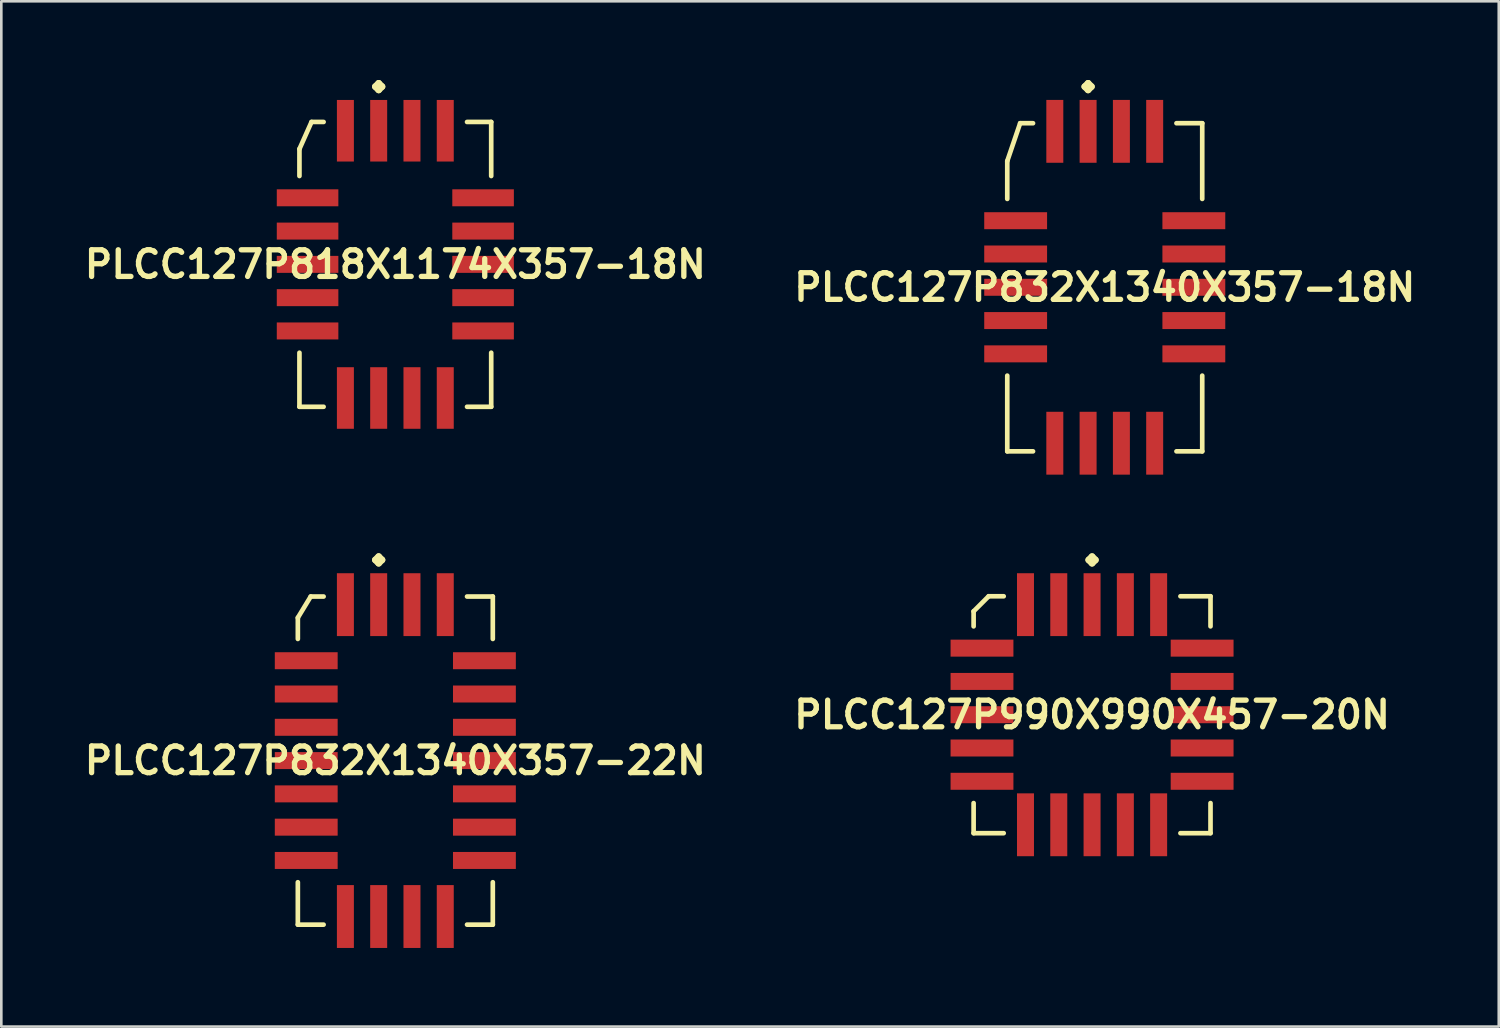
<source format=kicad_pcb>
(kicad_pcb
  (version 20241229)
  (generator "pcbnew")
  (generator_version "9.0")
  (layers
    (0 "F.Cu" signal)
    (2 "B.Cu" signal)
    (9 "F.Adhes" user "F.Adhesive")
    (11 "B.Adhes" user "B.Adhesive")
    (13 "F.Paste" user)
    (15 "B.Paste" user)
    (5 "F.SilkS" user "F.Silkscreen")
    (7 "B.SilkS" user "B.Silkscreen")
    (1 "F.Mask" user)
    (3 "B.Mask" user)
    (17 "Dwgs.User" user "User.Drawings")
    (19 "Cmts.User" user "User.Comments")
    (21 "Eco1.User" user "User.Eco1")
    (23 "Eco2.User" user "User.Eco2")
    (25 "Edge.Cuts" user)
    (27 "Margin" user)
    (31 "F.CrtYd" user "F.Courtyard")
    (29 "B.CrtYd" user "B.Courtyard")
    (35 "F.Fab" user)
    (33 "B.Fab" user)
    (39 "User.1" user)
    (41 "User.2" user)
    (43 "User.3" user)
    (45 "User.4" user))
  (footprint "PLCC127P832X1340X357-18N"
    (layer "F.Cu")
    (at 39.097 7.91)
    (property "Reference" "PLCC127P832X1340X357-18N" (at 0 0 0) (layer "F.SilkS") (effects (font (size 1.016 1.016) (thickness 0.203))))
    (attr smd)
    (fp_line (start -3.719 -4.816) (end -3.228 -6.259) (stroke (width 0.178) (type solid)) (layer "F.SilkS"))
    (fp_line (start -3.719 -3.371) (end -3.719 -4.816) (stroke (width 0.178) (type solid)) (layer "F.SilkS"))
    (fp_line (start -3.719 3.371) (end -3.719 6.259) (stroke (width 0.178) (type solid)) (layer "F.SilkS"))
    (fp_line (start -3.719 6.259) (end -2.736 6.259) (stroke (width 0.178) (type solid)) (layer "F.SilkS"))
    (fp_line (start -3.228 -6.259) (end -2.736 -6.259) (stroke (width 0.178) (type solid)) (layer "F.SilkS"))
    (fp_line (start -0.762 -7.656) (end -0.635 -7.783) (stroke (width 0.254) (type solid)) (layer "F.SilkS"))
    (fp_line (start -0.635 -7.783) (end -0.508 -7.656) (stroke (width 0.254) (type solid)) (layer "F.SilkS"))
    (fp_line (start -0.635 -7.529) (end -0.762 -7.656) (stroke (width 0.254) (type solid)) (layer "F.SilkS"))
    (fp_line (start -0.508 -7.656) (end -0.635 -7.529) (stroke (width 0.254) (type solid)) (layer "F.SilkS"))
    (fp_line (start 3.719 -6.259) (end 2.736 -6.259) (stroke (width 0.178) (type solid)) (layer "F.SilkS"))
    (fp_line (start 3.719 -3.371) (end 3.719 -6.259) (stroke (width 0.178) (type solid)) (layer "F.SilkS"))
    (fp_line (start 3.719 3.371) (end 3.719 6.259) (stroke (width 0.178) (type solid)) (layer "F.SilkS"))
    (fp_line (start 3.719 6.259) (end 2.736 6.259) (stroke (width 0.178) (type solid)) (layer "F.SilkS"))
    (pad "1" smd rect (at -0.635 -5.949) (size 0.648 2.398) (layers "F.Cu" "F.Mask" "F.Paste"))
    (pad "2" smd rect (at -1.905 -5.949) (size 0.648 2.398) (layers "F.Cu" "F.Mask" "F.Paste"))
    (pad "3" smd rect (at -3.399 -2.54) (size 2.398 0.648) (layers "F.Cu" "F.Mask" "F.Paste"))
    (pad "4" smd rect (at -3.399 -1.27) (size 2.398 0.648) (layers "F.Cu" "F.Mask" "F.Paste"))
    (pad "5" smd rect (at -3.399 0) (size 2.398 0.648) (layers "F.Cu" "F.Mask" "F.Paste"))
    (pad "6" smd rect (at -3.399 1.27) (size 2.398 0.648) (layers "F.Cu" "F.Mask" "F.Paste"))
    (pad "7" smd rect (at -3.399 2.54) (size 2.398 0.648) (layers "F.Cu" "F.Mask" "F.Paste"))
    (pad "8" smd rect (at -1.905 5.949) (size 0.648 2.398) (layers "F.Cu" "F.Mask" "F.Paste"))
    (pad "9" smd rect (at -0.635 5.949) (size 0.648 2.398) (layers "F.Cu" "F.Mask" "F.Paste"))
    (pad "10" smd rect (at 0.635 5.949) (size 0.648 2.398) (layers "F.Cu" "F.Mask" "F.Paste"))
    (pad "11" smd rect (at 1.905 5.949) (size 0.648 2.398) (layers "F.Cu" "F.Mask" "F.Paste"))
    (pad "12" smd rect (at 3.399 2.54) (size 2.398 0.648) (layers "F.Cu" "F.Mask" "F.Paste"))
    (pad "13" smd rect (at 3.399 1.27) (size 2.398 0.648) (layers "F.Cu" "F.Mask" "F.Paste"))
    (pad "14" smd rect (at 3.399 0) (size 2.398 0.648) (layers "F.Cu" "F.Mask" "F.Paste"))
    (pad "15" smd rect (at 3.399 -1.27) (size 2.398 0.648) (layers "F.Cu" "F.Mask" "F.Paste"))
    (pad "16" smd rect (at 3.399 -2.54) (size 2.398 0.648) (layers "F.Cu" "F.Mask" "F.Paste"))
    (pad "17" smd rect (at 1.905 -5.949) (size 0.648 2.398) (layers "F.Cu" "F.Mask" "F.Paste"))
    (pad "18" smd rect (at 0.635 -5.949) (size 0.648 2.398) (layers "F.Cu" "F.Mask" "F.Paste")))
  (footprint "PLCC127P990X990X457-20N"
    (layer "F.Cu")
    (at 38.613 24.217)
    (property "Reference" "PLCC127P990X990X457-20N" (at 0 0 0) (layer "F.SilkS") (effects (font (size 1.016 1.016) (thickness 0.203))))
    (attr smd)
    (fp_line (start -4.519 -3.945) (end -3.945 -4.519) (stroke (width 0.178) (type solid)) (layer "F.SilkS"))
    (fp_line (start -4.519 -3.371) (end -4.519 -3.945) (stroke (width 0.178) (type solid)) (layer "F.SilkS"))
    (fp_line (start -4.519 3.371) (end -4.519 4.519) (stroke (width 0.178) (type solid)) (layer "F.SilkS"))
    (fp_line (start -4.519 4.519) (end -3.371 4.519) (stroke (width 0.178) (type solid)) (layer "F.SilkS"))
    (fp_line (start -3.945 -4.519) (end -3.371 -4.519) (stroke (width 0.178) (type solid)) (layer "F.SilkS"))
    (fp_line (start -0.127 -5.905) (end 0 -6.032) (stroke (width 0.254) (type solid)) (layer "F.SilkS"))
    (fp_line (start 0 -6.032) (end 0.127 -5.905) (stroke (width 0.254) (type solid)) (layer "F.SilkS"))
    (fp_line (start 0 -5.779) (end -0.127 -5.905) (stroke (width 0.254) (type solid)) (layer "F.SilkS"))
    (fp_line (start 0.127 -5.905) (end 0 -5.779) (stroke (width 0.254) (type solid)) (layer "F.SilkS"))
    (fp_line (start 4.519 -4.519) (end 3.371 -4.519) (stroke (width 0.178) (type solid)) (layer "F.SilkS"))
    (fp_line (start 4.519 -3.371) (end 4.519 -4.519) (stroke (width 0.178) (type solid)) (layer "F.SilkS"))
    (fp_line (start 4.519 3.371) (end 4.519 4.519) (stroke (width 0.178) (type solid)) (layer "F.SilkS"))
    (fp_line (start 4.519 4.519) (end 3.371 4.519) (stroke (width 0.178) (type solid)) (layer "F.SilkS"))
    (pad "1" smd rect (at 0 -4.199) (size 0.648 2.398) (layers "F.Cu" "F.Mask" "F.Paste"))
    (pad "2" smd rect (at -1.27 -4.199) (size 0.648 2.398) (layers "F.Cu" "F.Mask" "F.Paste"))
    (pad "3" smd rect (at -2.54 -4.199) (size 0.648 2.398) (layers "F.Cu" "F.Mask" "F.Paste"))
    (pad "4" smd rect (at -4.199 -2.54) (size 2.398 0.648) (layers "F.Cu" "F.Mask" "F.Paste"))
    (pad "5" smd rect (at -4.199 -1.27) (size 2.398 0.648) (layers "F.Cu" "F.Mask" "F.Paste"))
    (pad "6" smd rect (at -4.199 0) (size 2.398 0.648) (layers "F.Cu" "F.Mask" "F.Paste"))
    (pad "7" smd rect (at -4.199 1.27) (size 2.398 0.648) (layers "F.Cu" "F.Mask" "F.Paste"))
    (pad "8" smd rect (at -4.199 2.54) (size 2.398 0.648) (layers "F.Cu" "F.Mask" "F.Paste"))
    (pad "9" smd rect (at -2.54 4.199) (size 0.648 2.398) (layers "F.Cu" "F.Mask" "F.Paste"))
    (pad "10" smd rect (at -1.27 4.199) (size 0.648 2.398) (layers "F.Cu" "F.Mask" "F.Paste"))
    (pad "11" smd rect (at 0 4.199) (size 0.648 2.398) (layers "F.Cu" "F.Mask" "F.Paste"))
    (pad "12" smd rect (at 1.27 4.199) (size 0.648 2.398) (layers "F.Cu" "F.Mask" "F.Paste"))
    (pad "13" smd rect (at 2.54 4.199) (size 0.648 2.398) (layers "F.Cu" "F.Mask" "F.Paste"))
    (pad "14" smd rect (at 4.199 2.54) (size 2.398 0.648) (layers "F.Cu" "F.Mask" "F.Paste"))
    (pad "15" smd rect (at 4.199 1.27) (size 2.398 0.648) (layers "F.Cu" "F.Mask" "F.Paste"))
    (pad "16" smd rect (at 4.199 0) (size 2.398 0.648) (layers "F.Cu" "F.Mask" "F.Paste"))
    (pad "17" smd rect (at 4.199 -1.27) (size 2.398 0.648) (layers "F.Cu" "F.Mask" "F.Paste"))
    (pad "18" smd rect (at 4.199 -2.54) (size 2.398 0.648) (layers "F.Cu" "F.Mask" "F.Paste"))
    (pad "19" smd rect (at 2.54 -4.199) (size 0.648 2.398) (layers "F.Cu" "F.Mask" "F.Paste"))
    (pad "20" smd rect (at 1.27 -4.199) (size 0.648 2.398) (layers "F.Cu" "F.Mask" "F.Paste")))
  (footprint "PLCC127P832X1340X357-22N"
    (layer "F.Cu")
    (at 12.032 25.967)
    (property "Reference" "PLCC127P832X1340X357-22N" (at 0 0 0) (layer "F.SilkS") (effects (font (size 1.016 1.016) (thickness 0.203))))
    (attr smd)
    (fp_line (start -3.719 -5.451) (end -3.228 -6.259) (stroke (width 0.178) (type solid)) (layer "F.SilkS"))
    (fp_line (start -3.719 -4.641) (end -3.719 -5.451) (stroke (width 0.178) (type solid)) (layer "F.SilkS"))
    (fp_line (start -3.719 4.641) (end -3.719 6.259) (stroke (width 0.178) (type solid)) (layer "F.SilkS"))
    (fp_line (start -3.719 6.259) (end -2.736 6.259) (stroke (width 0.178) (type solid)) (layer "F.SilkS"))
    (fp_line (start -3.228 -6.259) (end -2.736 -6.259) (stroke (width 0.178) (type solid)) (layer "F.SilkS"))
    (fp_line (start -0.762 -7.656) (end -0.635 -7.783) (stroke (width 0.254) (type solid)) (layer "F.SilkS"))
    (fp_line (start -0.635 -7.783) (end -0.508 -7.656) (stroke (width 0.254) (type solid)) (layer "F.SilkS"))
    (fp_line (start -0.635 -7.529) (end -0.762 -7.656) (stroke (width 0.254) (type solid)) (layer "F.SilkS"))
    (fp_line (start -0.508 -7.656) (end -0.635 -7.529) (stroke (width 0.254) (type solid)) (layer "F.SilkS"))
    (fp_line (start 3.719 -6.259) (end 2.736 -6.259) (stroke (width 0.178) (type solid)) (layer "F.SilkS"))
    (fp_line (start 3.719 -4.641) (end 3.719 -6.259) (stroke (width 0.178) (type solid)) (layer "F.SilkS"))
    (fp_line (start 3.719 4.641) (end 3.719 6.259) (stroke (width 0.178) (type solid)) (layer "F.SilkS"))
    (fp_line (start 3.719 6.259) (end 2.736 6.259) (stroke (width 0.178) (type solid)) (layer "F.SilkS"))
    (pad "1" smd rect (at -0.635 -5.949) (size 0.648 2.398) (layers "F.Cu" "F.Mask" "F.Paste"))
    (pad "2" smd rect (at -1.905 -5.949) (size 0.648 2.398) (layers "F.Cu" "F.Mask" "F.Paste"))
    (pad "3" smd rect (at -3.399 -3.81) (size 2.398 0.648) (layers "F.Cu" "F.Mask" "F.Paste"))
    (pad "4" smd rect (at -3.399 -2.54) (size 2.398 0.648) (layers "F.Cu" "F.Mask" "F.Paste"))
    (pad "5" smd rect (at -3.399 -1.27) (size 2.398 0.648) (layers "F.Cu" "F.Mask" "F.Paste"))
    (pad "6" smd rect (at -3.399 0) (size 2.398 0.648) (layers "F.Cu" "F.Mask" "F.Paste"))
    (pad "7" smd rect (at -3.399 1.27) (size 2.398 0.648) (layers "F.Cu" "F.Mask" "F.Paste"))
    (pad "8" smd rect (at -3.399 2.54) (size 2.398 0.648) (layers "F.Cu" "F.Mask" "F.Paste"))
    (pad "9" smd rect (at -3.399 3.81) (size 2.398 0.648) (layers "F.Cu" "F.Mask" "F.Paste"))
    (pad "10" smd rect (at -1.905 5.949) (size 0.648 2.398) (layers "F.Cu" "F.Mask" "F.Paste"))
    (pad "11" smd rect (at -0.635 5.949) (size 0.648 2.398) (layers "F.Cu" "F.Mask" "F.Paste"))
    (pad "12" smd rect (at 0.635 5.949) (size 0.648 2.398) (layers "F.Cu" "F.Mask" "F.Paste"))
    (pad "13" smd rect (at 1.905 5.949) (size 0.648 2.398) (layers "F.Cu" "F.Mask" "F.Paste"))
    (pad "14" smd rect (at 3.399 3.81) (size 2.398 0.648) (layers "F.Cu" "F.Mask" "F.Paste"))
    (pad "15" smd rect (at 3.399 2.54) (size 2.398 0.648) (layers "F.Cu" "F.Mask" "F.Paste"))
    (pad "16" smd rect (at 3.399 1.27) (size 2.398 0.648) (layers "F.Cu" "F.Mask" "F.Paste"))
    (pad "17" smd rect (at 3.399 0) (size 2.398 0.648) (layers "F.Cu" "F.Mask" "F.Paste"))
    (pad "18" smd rect (at 3.399 -1.27) (size 2.398 0.648) (layers "F.Cu" "F.Mask" "F.Paste"))
    (pad "19" smd rect (at 3.399 -2.54) (size 2.398 0.648) (layers "F.Cu" "F.Mask" "F.Paste"))
    (pad "20" smd rect (at 3.399 -3.81) (size 2.398 0.648) (layers "F.Cu" "F.Mask" "F.Paste"))
    (pad "21" smd rect (at 1.905 -5.949) (size 0.648 2.398) (layers "F.Cu" "F.Mask" "F.Paste"))
    (pad "22" smd rect (at 0.635 -5.949) (size 0.648 2.398) (layers "F.Cu" "F.Mask" "F.Paste")))
  (footprint "PLCC127P818X1174X357-18N"
    (layer "F.Cu")
    (at 12.032 7.036)
    (property "Reference" "PLCC127P818X1174X357-18N" (at 0 0 0) (layer "F.SilkS") (effects (font (size 1.016 1.016) (thickness 0.203))))
    (attr smd)
    (fp_line (start -3.658 -4.402) (end -3.198 -5.433) (stroke (width 0.178) (type solid)) (layer "F.SilkS"))
    (fp_line (start -3.658 -3.371) (end -3.658 -4.402) (stroke (width 0.178) (type solid)) (layer "F.SilkS"))
    (fp_line (start -3.658 3.371) (end -3.658 5.433) (stroke (width 0.178) (type solid)) (layer "F.SilkS"))
    (fp_line (start -3.658 5.433) (end -2.736 5.433) (stroke (width 0.178) (type solid)) (layer "F.SilkS"))
    (fp_line (start -3.198 -5.433) (end -2.736 -5.433) (stroke (width 0.178) (type solid)) (layer "F.SilkS"))
    (fp_line (start -0.762 -6.782) (end -0.635 -6.909) (stroke (width 0.254) (type solid)) (layer "F.SilkS"))
    (fp_line (start -0.635 -6.909) (end -0.508 -6.782) (stroke (width 0.254) (type solid)) (layer "F.SilkS"))
    (fp_line (start -0.635 -6.655) (end -0.762 -6.782) (stroke (width 0.254) (type solid)) (layer "F.SilkS"))
    (fp_line (start -0.508 -6.782) (end -0.635 -6.655) (stroke (width 0.254) (type solid)) (layer "F.SilkS"))
    (fp_line (start 3.658 -5.433) (end 2.736 -5.433) (stroke (width 0.178) (type solid)) (layer "F.SilkS"))
    (fp_line (start 3.658 -3.371) (end 3.658 -5.433) (stroke (width 0.178) (type solid)) (layer "F.SilkS"))
    (fp_line (start 3.658 3.371) (end 3.658 5.433) (stroke (width 0.178) (type solid)) (layer "F.SilkS"))
    (fp_line (start 3.658 5.433) (end 2.736 5.433) (stroke (width 0.178) (type solid)) (layer "F.SilkS"))
    (pad "1" smd rect (at -0.635 -5.098) (size 0.648 2.349) (layers "F.Cu" "F.Mask" "F.Paste"))
    (pad "2" smd rect (at -1.905 -5.098) (size 0.648 2.349) (layers "F.Cu" "F.Mask" "F.Paste"))
    (pad "3" smd rect (at -3.348 -2.54) (size 2.349 0.648) (layers "F.Cu" "F.Mask" "F.Paste"))
    (pad "4" smd rect (at -3.348 -1.27) (size 2.349 0.648) (layers "F.Cu" "F.Mask" "F.Paste"))
    (pad "5" smd rect (at -3.348 0) (size 2.349 0.648) (layers "F.Cu" "F.Mask" "F.Paste"))
    (pad "6" smd rect (at -3.348 1.27) (size 2.349 0.648) (layers "F.Cu" "F.Mask" "F.Paste"))
    (pad "7" smd rect (at -3.348 2.54) (size 2.349 0.648) (layers "F.Cu" "F.Mask" "F.Paste"))
    (pad "8" smd rect (at -1.905 5.098) (size 0.648 2.349) (layers "F.Cu" "F.Mask" "F.Paste"))
    (pad "9" smd rect (at -0.635 5.098) (size 0.648 2.349) (layers "F.Cu" "F.Mask" "F.Paste"))
    (pad "10" smd rect (at 0.635 5.098) (size 0.648 2.349) (layers "F.Cu" "F.Mask" "F.Paste"))
    (pad "11" smd rect (at 1.905 5.098) (size 0.648 2.349) (layers "F.Cu" "F.Mask" "F.Paste"))
    (pad "12" smd rect (at 3.348 2.54) (size 2.349 0.648) (layers "F.Cu" "F.Mask" "F.Paste"))
    (pad "13" smd rect (at 3.348 1.27) (size 2.349 0.648) (layers "F.Cu" "F.Mask" "F.Paste"))
    (pad "14" smd rect (at 3.348 0) (size 2.349 0.648) (layers "F.Cu" "F.Mask" "F.Paste"))
    (pad "15" smd rect (at 3.348 -1.27) (size 2.349 0.648) (layers "F.Cu" "F.Mask" "F.Paste"))
    (pad "16" smd rect (at 3.348 -2.54) (size 2.349 0.648) (layers "F.Cu" "F.Mask" "F.Paste"))
    (pad "17" smd rect (at 1.905 -5.098) (size 0.648 2.349) (layers "F.Cu" "F.Mask" "F.Paste"))
    (pad "18" smd rect (at 0.635 -5.098) (size 0.648 2.349) (layers "F.Cu" "F.Mask" "F.Paste")))
  (gr_rect
    (start -3 -3)
    (end 54.129 36.114)
    (stroke (width 0.1) (type default))
    (fill no)
    (layer "Edge.Cuts")))
</source>
